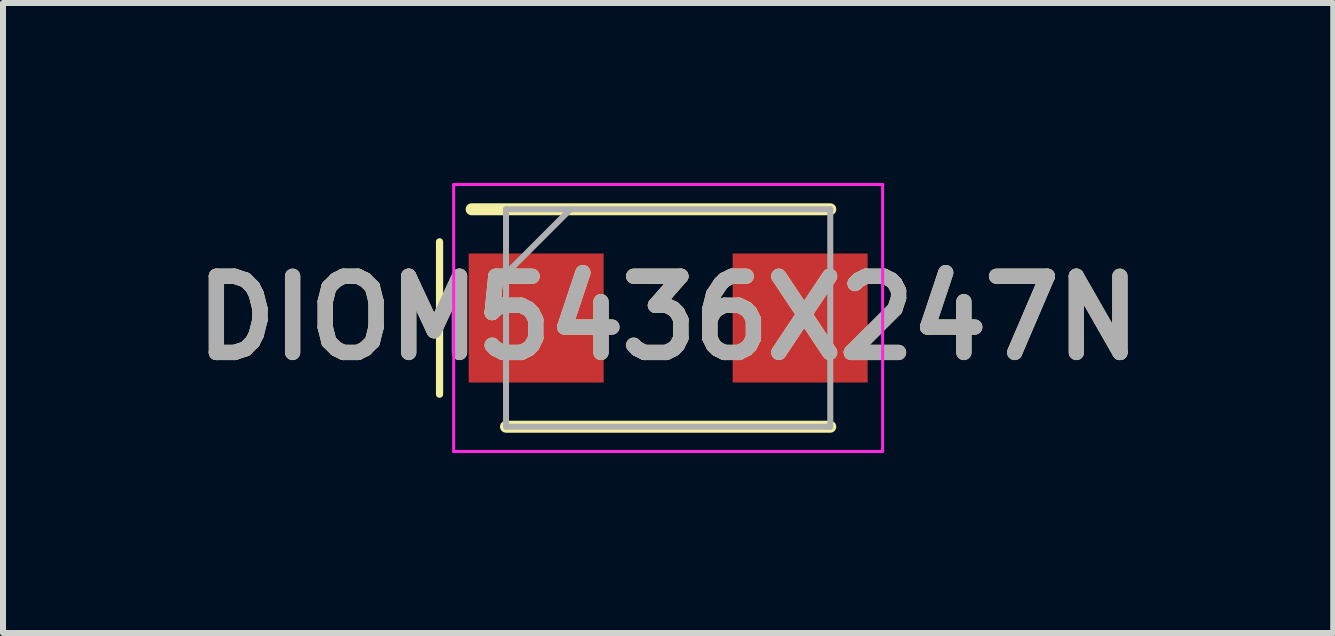
<source format=kicad_pcb>
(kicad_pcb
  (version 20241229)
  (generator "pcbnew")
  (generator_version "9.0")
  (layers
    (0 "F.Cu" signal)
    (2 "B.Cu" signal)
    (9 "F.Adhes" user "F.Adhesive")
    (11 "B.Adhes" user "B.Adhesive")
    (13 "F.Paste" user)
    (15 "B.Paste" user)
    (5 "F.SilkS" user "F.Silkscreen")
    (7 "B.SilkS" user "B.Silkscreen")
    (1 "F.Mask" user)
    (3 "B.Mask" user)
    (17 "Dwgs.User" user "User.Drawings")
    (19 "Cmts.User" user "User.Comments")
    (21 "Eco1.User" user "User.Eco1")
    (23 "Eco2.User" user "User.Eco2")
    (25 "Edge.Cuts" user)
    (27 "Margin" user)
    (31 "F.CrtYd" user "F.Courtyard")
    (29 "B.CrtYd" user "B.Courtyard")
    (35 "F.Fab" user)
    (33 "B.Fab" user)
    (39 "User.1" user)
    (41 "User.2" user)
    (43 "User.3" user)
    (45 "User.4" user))
  (footprint "DIOM5436X247N"
    (layer "F.Cu")
    (at 8.086 2.25)
    (property "Reference" "DIOM5436X247N" (at 0 0 0) (layer "F.SilkS") (effects (font (size 1.27 1.27) (thickness 0.254))))
    (attr smd)
    (fp_line (start -3.81 -1.27) (end -3.81 1.27) (stroke (width 0.12) (type solid)) (layer "F.SilkS"))
    (fp_line (start -2.702 1.812) (end 2.702 1.812) (stroke (width 0.2) (type solid)) (layer "F.SilkS"))
    (fp_line (start 2.702 -1.812) (end -3.275 -1.812) (stroke (width 0.2) (type solid)) (layer "F.SilkS"))
    (fp_line (start -3.575 -2.225) (end 3.575 -2.225) (stroke (width 0.05) (type solid)) (layer "F.CrtYd"))
    (fp_line (start -3.575 2.225) (end -3.575 -2.225) (stroke (width 0.05) (type solid)) (layer "F.CrtYd"))
    (fp_line (start 3.575 -2.225) (end 3.575 2.225) (stroke (width 0.05) (type solid)) (layer "F.CrtYd"))
    (fp_line (start 3.575 2.225) (end -3.575 2.225) (stroke (width 0.05) (type solid)) (layer "F.CrtYd"))
    (fp_line (start -2.702 -1.812) (end 2.702 -1.812) (stroke (width 0.1) (type solid)) (layer "F.Fab"))
    (fp_line (start -2.702 -0.738) (end -1.628 -1.812) (stroke (width 0.1) (type solid)) (layer "F.Fab"))
    (fp_line (start -2.702 1.812) (end -2.702 -1.812) (stroke (width 0.1) (type solid)) (layer "F.Fab"))
    (fp_line (start 2.702 -1.812) (end 2.702 1.812) (stroke (width 0.1) (type solid)) (layer "F.Fab"))
    (fp_line (start 2.702 1.812) (end -2.702 1.812) (stroke (width 0.1) (type solid)) (layer "F.Fab"))
    (fp_text user "${REFERENCE}" (at 0 0 0) (layer "F.Fab") (effects (font (size 1.27 1.27) (thickness 0.254))))
    (pad "1" smd rect (at -2.2 0 90) (size 2.15 2.25) (layers "F.Cu" "F.Mask" "F.Paste"))
    (pad "2" smd rect (at 2.2 0 90) (size 2.15 2.25) (layers "F.Cu" "F.Mask" "F.Paste")))
  (gr_rect
    (start -3 -3)
    (end 19.171 7.5)
    (stroke (width 0.1) (type default))
    (fill no)
    (layer "Edge.Cuts")))
</source>
